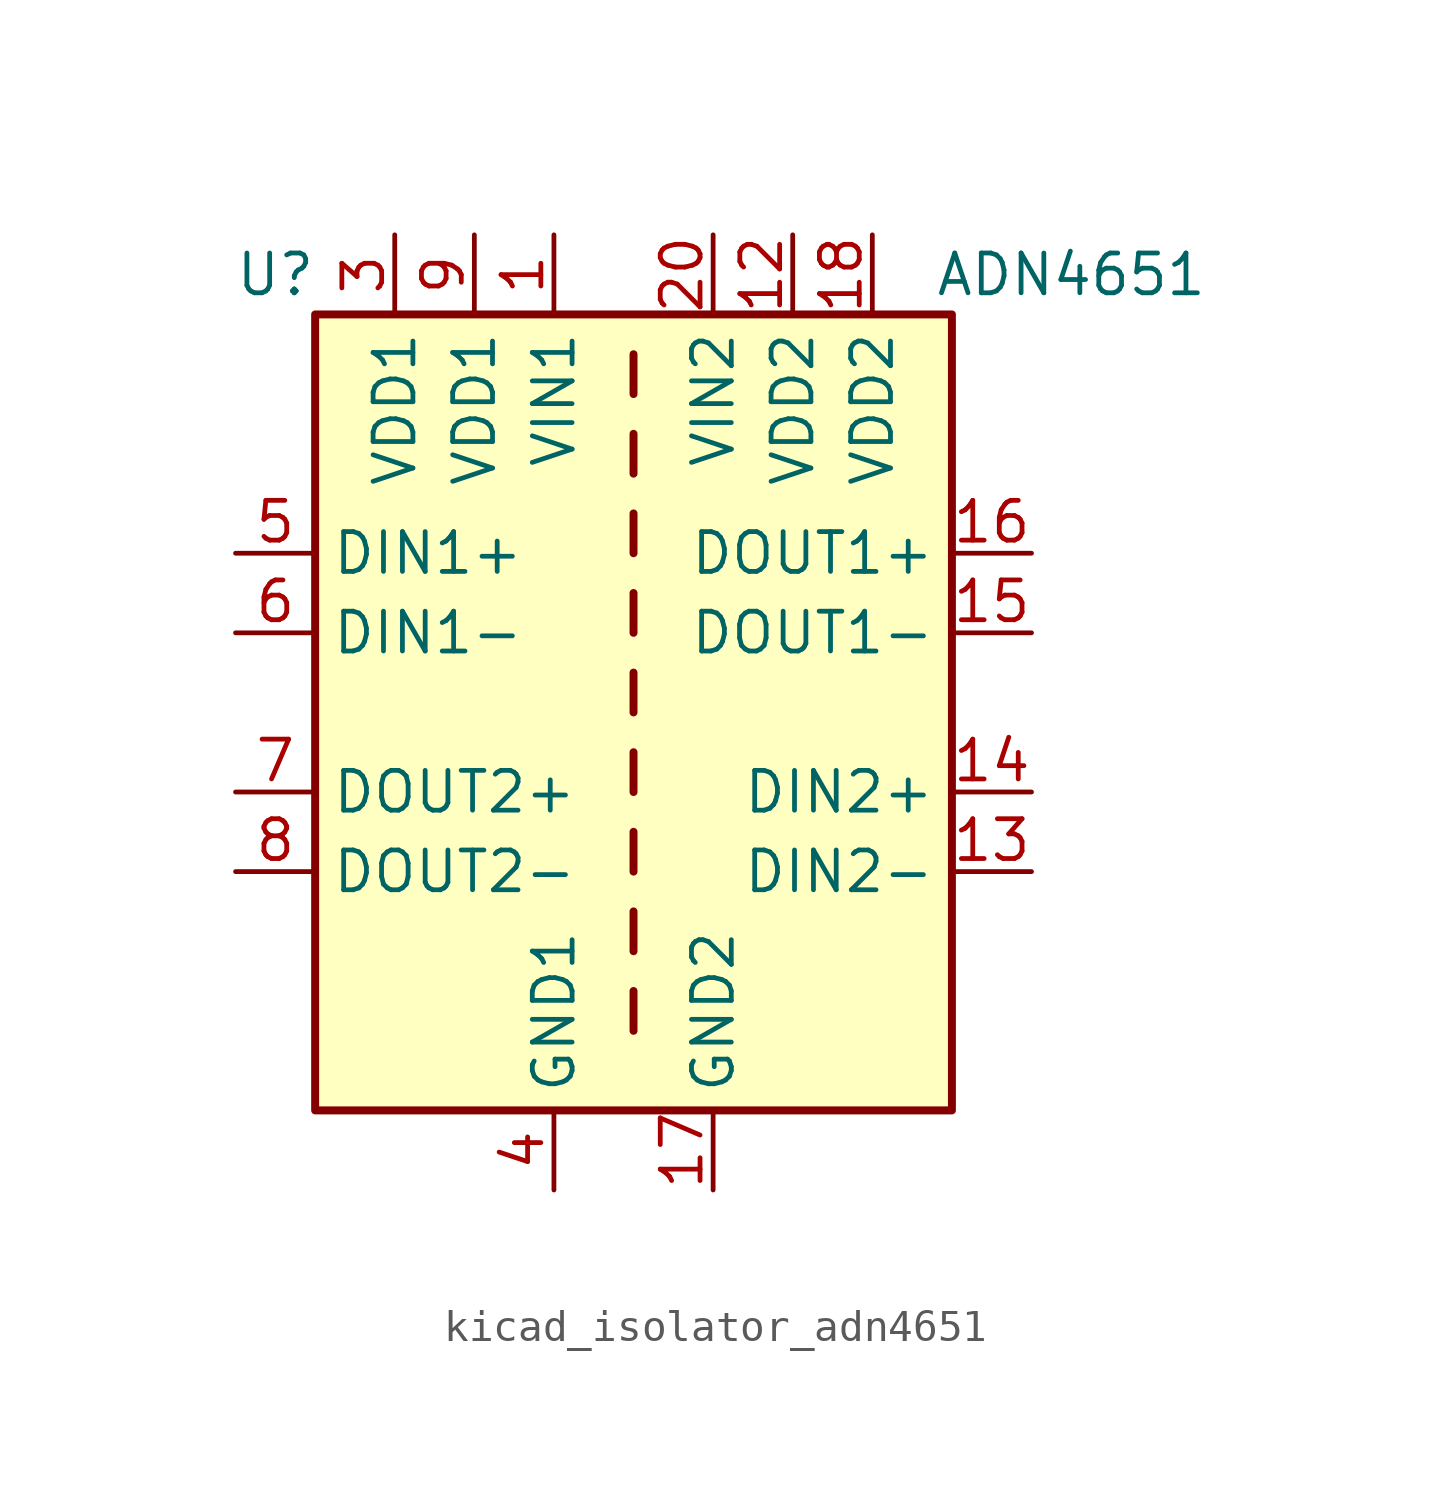
<source format=kicad_sym>
(kicad_symbol_lib
  (version 20220914)
  (generator kicad_symbol_editor)
  (symbol "kicad_isolator_adn4651"
    (property "Reference" "U"
      (at -11.43 13.97 0)
      (effects (font (size 1.27 1.27))))
    (property "Value" "ADN4651"
      (at 13.97 13.97 0)
      (effects (font (size 1.27 1.27))))
    (symbol "kicad_isolator_adn4651_0_0"
      (pin power_in line (at 5.08 15.24 270) (length 2.54) (name "VDD2" (effects (font (size 1.27 1.27)))) (number "12" (effects (font (size 1.27 1.27)))))
      (pin power_in line (at -5.08 15.24 270) (length 2.54) (name "VDD1" (effects (font (size 1.27 1.27)))) (number "9" (effects (font (size 1.27 1.27))))))
    (symbol "kicad_isolator_adn4651_0_1"
      (rectangle (start -10.16 12.7) (end 10.16 -12.7) (stroke (width 0.254) (type default)) (fill (type background)))
      (polyline (pts (xy 0 -8.89) (xy 0 -10.16)) (stroke (width 0.254) (type default)) (fill (type none)))
      (polyline (pts (xy 0 -6.35) (xy 0 -7.62)) (stroke (width 0.254) (type default)) (fill (type none)))
      (polyline (pts (xy 0 -3.81) (xy 0 -5.08)) (stroke (width 0.254) (type default)) (fill (type none)))
      (polyline (pts (xy 0 -1.27) (xy 0 -2.54)) (stroke (width 0.254) (type default)) (fill (type none)))
      (polyline (pts (xy 0 1.27) (xy 0 0)) (stroke (width 0.254) (type default)) (fill (type none)))
      (polyline (pts (xy 0 3.81) (xy 0 2.54)) (stroke (width 0.254) (type default)) (fill (type none)))
      (polyline (pts (xy 0 6.35) (xy 0 5.08)) (stroke (width 0.254) (type default)) (fill (type none)))
      (polyline (pts (xy 0 8.89) (xy 0 7.62)) (stroke (width 0.254) (type default)) (fill (type none)))
      (polyline (pts (xy 0 11.43) (xy 0 10.16)) (stroke (width 0.254) (type default)) (fill (type none))))
    (symbol "kicad_isolator_adn4651_1_1"
      (pin power_in line (at -2.54 15.24 270) (length 2.54) (name "VIN1" (effects (font (size 1.27 1.27)))) (number "1" (effects (font (size 1.27 1.27)))))
      (pin passive line (at -2.54 -15.24 90) (length 2.54) hide (name "GND1" (effects (font (size 1.27 1.27)))) (number "10" (effects (font (size 1.27 1.27)))))
      (pin passive line (at 2.54 -15.24 90) (length 2.54) hide (name "GND2" (effects (font (size 1.27 1.27)))) (number "11" (effects (font (size 1.27 1.27)))))
      (pin input line (at 12.7 -5.08 180) (length 2.54) (name "DIN2-" (effects (font (size 1.27 1.27)))) (number "13" (effects (font (size 1.27 1.27)))))
      (pin input line (at 12.7 -2.54 180) (length 2.54) (name "DIN2+" (effects (font (size 1.27 1.27)))) (number "14" (effects (font (size 1.27 1.27)))))
      (pin output line (at 12.7 2.54 180) (length 2.54) (name "DOUT1-" (effects (font (size 1.27 1.27)))) (number "15" (effects (font (size 1.27 1.27)))))
      (pin output line (at 12.7 5.08 180) (length 2.54) (name "DOUT1+" (effects (font (size 1.27 1.27)))) (number "16" (effects (font (size 1.27 1.27)))))
      (pin power_in line (at 2.54 -15.24 90) (length 2.54) (name "GND2" (effects (font (size 1.27 1.27)))) (number "17" (effects (font (size 1.27 1.27)))))
      (pin power_in line (at 7.62 15.24 270) (length 2.54) (name "VDD2" (effects (font (size 1.27 1.27)))) (number "18" (effects (font (size 1.27 1.27)))))
      (pin passive line (at 2.54 -15.24 90) (length 2.54) hide (name "GND2" (effects (font (size 1.27 1.27)))) (number "19" (effects (font (size 1.27 1.27)))))
      (pin passive line (at -2.54 -15.24 90) (length 2.54) hide (name "GND1" (effects (font (size 1.27 1.27)))) (number "2" (effects (font (size 1.27 1.27)))))
      (pin power_in line (at 2.54 15.24 270) (length 2.54) (name "VIN2" (effects (font (size 1.27 1.27)))) (number "20" (effects (font (size 1.27 1.27)))))
      (pin power_in line (at -7.62 15.24 270) (length 2.54) (name "VDD1" (effects (font (size 1.27 1.27)))) (number "3" (effects (font (size 1.27 1.27)))))
      (pin power_in line (at -2.54 -15.24 90) (length 2.54) (name "GND1" (effects (font (size 1.27 1.27)))) (number "4" (effects (font (size 1.27 1.27)))))
      (pin input line (at -12.7 5.08 0) (length 2.54) (name "DIN1+" (effects (font (size 1.27 1.27)))) (number "5" (effects (font (size 1.27 1.27)))))
      (pin input line (at -12.7 2.54 0) (length 2.54) (name "DIN1-" (effects (font (size 1.27 1.27)))) (number "6" (effects (font (size 1.27 1.27)))))
      (pin output line (at -12.7 -2.54 0) (length 2.54) (name "DOUT2+" (effects (font (size 1.27 1.27)))) (number "7" (effects (font (size 1.27 1.27)))))
      (pin output line (at -12.7 -5.08 0) (length 2.54) (name "DOUT2-" (effects (font (size 1.27 1.27)))) (number "8" (effects (font (size 1.27 1.27))))))))
</source>
